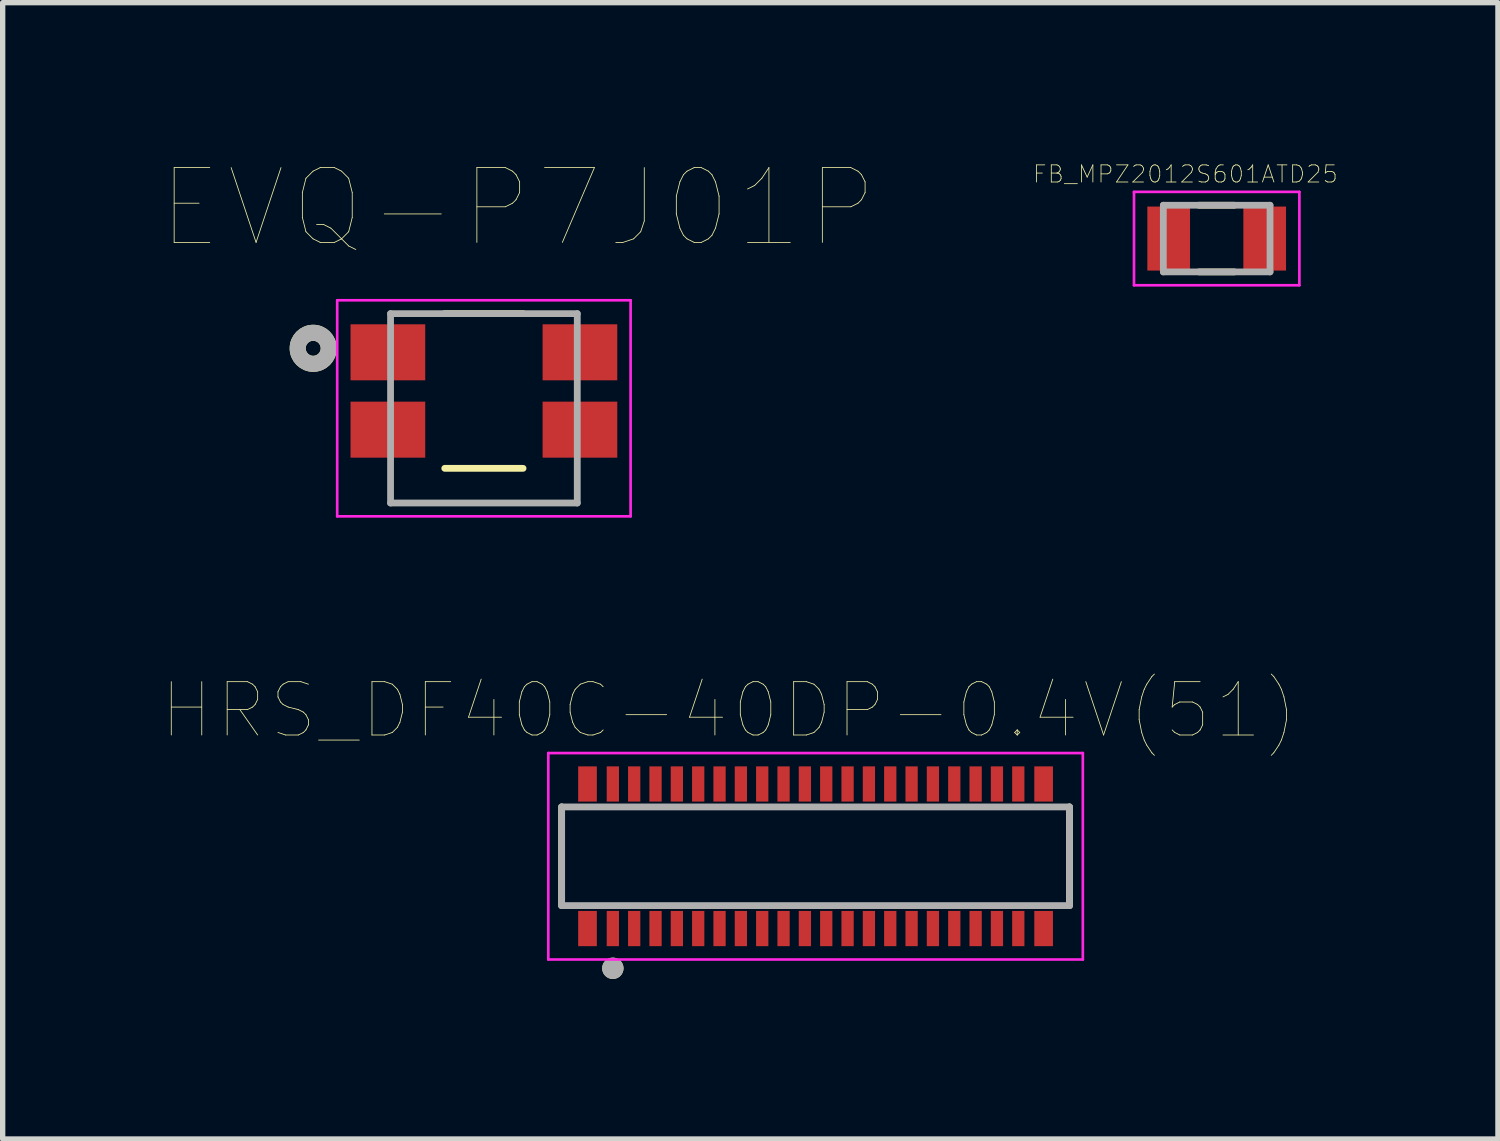
<source format=kicad_pcb>
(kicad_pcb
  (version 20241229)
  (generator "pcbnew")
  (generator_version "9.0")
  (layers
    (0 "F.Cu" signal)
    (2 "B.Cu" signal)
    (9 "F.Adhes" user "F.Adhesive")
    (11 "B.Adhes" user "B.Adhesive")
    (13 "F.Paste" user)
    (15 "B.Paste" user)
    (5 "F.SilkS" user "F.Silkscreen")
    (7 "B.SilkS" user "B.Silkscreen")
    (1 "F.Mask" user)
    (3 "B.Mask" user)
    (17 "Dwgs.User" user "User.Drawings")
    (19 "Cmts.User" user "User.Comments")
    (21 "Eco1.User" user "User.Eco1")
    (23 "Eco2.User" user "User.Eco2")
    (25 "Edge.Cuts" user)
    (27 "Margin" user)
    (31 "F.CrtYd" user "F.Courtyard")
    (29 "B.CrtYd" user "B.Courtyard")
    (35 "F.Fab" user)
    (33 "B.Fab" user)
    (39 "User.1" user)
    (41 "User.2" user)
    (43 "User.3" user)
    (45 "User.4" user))
  (footprint "HRS_DF40C-40DP-0.4V(51)"
    (layer "F.Cu")
    (at 12.238 13.001)
    (property "Reference" "HRS_DF40C-40DP-0.4V(51)" (at -1.625 -2.735 0) (layer "F.SilkS") (effects (font (size 1 1) (thickness 0.015))))
    (attr through_hole)
    (fp_line (start -4.76 0.925) (end -4.76 -0.925) (stroke (width 0.127) (type solid)) (layer "F.SilkS"))
    (fp_line (start 4.76 -0.925) (end 4.76 0.925) (stroke (width 0.127) (type solid)) (layer "F.SilkS"))
    (fp_circle (center -3.8 2.1) (end -3.7 2.1) (stroke (width 0.2) (type solid)) (fill no) (layer "F.SilkS"))
    (fp_line (start -5.01 -1.935) (end 5.01 -1.935) (stroke (width 0.05) (type solid)) (layer "F.CrtYd"))
    (fp_line (start -5.01 1.935) (end -5.01 -1.935) (stroke (width 0.05) (type solid)) (layer "F.CrtYd"))
    (fp_line (start 5.01 -1.935) (end 5.01 1.935) (stroke (width 0.05) (type solid)) (layer "F.CrtYd"))
    (fp_line (start 5.01 1.935) (end -5.01 1.935) (stroke (width 0.05) (type solid)) (layer "F.CrtYd"))
    (fp_line (start -4.76 -0.925) (end 4.76 -0.925) (stroke (width 0.127) (type solid)) (layer "F.Fab"))
    (fp_line (start -4.76 0.925) (end -4.76 -0.925) (stroke (width 0.127) (type solid)) (layer "F.Fab"))
    (fp_line (start 4.76 -0.925) (end 4.76 0.925) (stroke (width 0.127) (type solid)) (layer "F.Fab"))
    (fp_line (start 4.76 0.925) (end -4.76 0.925) (stroke (width 0.127) (type solid)) (layer "F.Fab"))
    (fp_circle (center -3.8 2.1) (end -3.7 2.1) (stroke (width 0.2) (type solid)) (fill no) (layer "F.Fab"))
    (pad "1" smd rect (at -3.8 1.355) (size 0.23 0.66) (layers "F.Cu" "F.Mask" "F.Paste"))
    (pad "2" smd rect (at -3.8 -1.355) (size 0.23 0.66) (layers "F.Cu" "F.Mask" "F.Paste"))
    (pad "3" smd rect (at -3.4 1.355) (size 0.23 0.66) (layers "F.Cu" "F.Mask" "F.Paste"))
    (pad "4" smd rect (at -3.4 -1.355) (size 0.23 0.66) (layers "F.Cu" "F.Mask" "F.Paste"))
    (pad "5" smd rect (at -3 1.355) (size 0.23 0.66) (layers "F.Cu" "F.Mask" "F.Paste"))
    (pad "6" smd rect (at -3 -1.355) (size 0.23 0.66) (layers "F.Cu" "F.Mask" "F.Paste"))
    (pad "7" smd rect (at -2.6 1.355) (size 0.23 0.66) (layers "F.Cu" "F.Mask" "F.Paste"))
    (pad "8" smd rect (at -2.6 -1.355) (size 0.23 0.66) (layers "F.Cu" "F.Mask" "F.Paste"))
    (pad "9" smd rect (at -2.2 1.355) (size 0.23 0.66) (layers "F.Cu" "F.Mask" "F.Paste"))
    (pad "10" smd rect (at -2.2 -1.355) (size 0.23 0.66) (layers "F.Cu" "F.Mask" "F.Paste"))
    (pad "11" smd rect (at -1.8 1.355) (size 0.23 0.66) (layers "F.Cu" "F.Mask" "F.Paste"))
    (pad "12" smd rect (at -1.8 -1.355) (size 0.23 0.66) (layers "F.Cu" "F.Mask" "F.Paste"))
    (pad "13" smd rect (at -1.4 1.355) (size 0.23 0.66) (layers "F.Cu" "F.Mask" "F.Paste"))
    (pad "14" smd rect (at -1.4 -1.355) (size 0.23 0.66) (layers "F.Cu" "F.Mask" "F.Paste"))
    (pad "15" smd rect (at -1 1.355) (size 0.23 0.66) (layers "F.Cu" "F.Mask" "F.Paste"))
    (pad "16" smd rect (at -1 -1.355) (size 0.23 0.66) (layers "F.Cu" "F.Mask" "F.Paste"))
    (pad "17" smd rect (at -0.6 1.355) (size 0.23 0.66) (layers "F.Cu" "F.Mask" "F.Paste"))
    (pad "18" smd rect (at -0.6 -1.355) (size 0.23 0.66) (layers "F.Cu" "F.Mask" "F.Paste"))
    (pad "19" smd rect (at -0.2 1.355) (size 0.23 0.66) (layers "F.Cu" "F.Mask" "F.Paste"))
    (pad "20" smd rect (at -0.2 -1.355) (size 0.23 0.66) (layers "F.Cu" "F.Mask" "F.Paste"))
    (pad "21" smd rect (at 0.2 1.355) (size 0.23 0.66) (layers "F.Cu" "F.Mask" "F.Paste"))
    (pad "22" smd rect (at 0.2 -1.355) (size 0.23 0.66) (layers "F.Cu" "F.Mask" "F.Paste"))
    (pad "23" smd rect (at 0.6 1.355) (size 0.23 0.66) (layers "F.Cu" "F.Mask" "F.Paste"))
    (pad "24" smd rect (at 0.6 -1.355) (size 0.23 0.66) (layers "F.Cu" "F.Mask" "F.Paste"))
    (pad "25" smd rect (at 1 1.355) (size 0.23 0.66) (layers "F.Cu" "F.Mask" "F.Paste"))
    (pad "26" smd rect (at 1 -1.355) (size 0.23 0.66) (layers "F.Cu" "F.Mask" "F.Paste"))
    (pad "27" smd rect (at 1.4 1.355) (size 0.23 0.66) (layers "F.Cu" "F.Mask" "F.Paste"))
    (pad "28" smd rect (at 1.4 -1.355) (size 0.23 0.66) (layers "F.Cu" "F.Mask" "F.Paste"))
    (pad "29" smd rect (at 1.8 1.355) (size 0.23 0.66) (layers "F.Cu" "F.Mask" "F.Paste"))
    (pad "30" smd rect (at 1.8 -1.355) (size 0.23 0.66) (layers "F.Cu" "F.Mask" "F.Paste"))
    (pad "31" smd rect (at 2.2 1.355) (size 0.23 0.66) (layers "F.Cu" "F.Mask" "F.Paste"))
    (pad "32" smd rect (at 2.2 -1.355) (size 0.23 0.66) (layers "F.Cu" "F.Mask" "F.Paste"))
    (pad "33" smd rect (at 2.6 1.355) (size 0.23 0.66) (layers "F.Cu" "F.Mask" "F.Paste"))
    (pad "34" smd rect (at 2.6 -1.355) (size 0.23 0.66) (layers "F.Cu" "F.Mask" "F.Paste"))
    (pad "35" smd rect (at 3 1.355) (size 0.23 0.66) (layers "F.Cu" "F.Mask" "F.Paste"))
    (pad "36" smd rect (at 3 -1.355) (size 0.23 0.66) (layers "F.Cu" "F.Mask" "F.Paste"))
    (pad "37" smd rect (at 3.4 1.355) (size 0.23 0.66) (layers "F.Cu" "F.Mask" "F.Paste"))
    (pad "38" smd rect (at 3.4 -1.355) (size 0.23 0.66) (layers "F.Cu" "F.Mask" "F.Paste"))
    (pad "39" smd rect (at 3.8 1.355) (size 0.23 0.66) (layers "F.Cu" "F.Mask" "F.Paste"))
    (pad "40" smd rect (at 3.8 -1.355) (size 0.23 0.66) (layers "F.Cu" "F.Mask" "F.Paste"))
    (pad "S1" smd rect (at -4.275 1.355) (size 0.35 0.66) (layers "F.Cu" "F.Mask" "F.Paste"))
    (pad "S2" smd rect (at -4.275 -1.355) (size 0.35 0.66) (layers "F.Cu" "F.Mask" "F.Paste"))
    (pad "S3" smd rect (at 4.275 1.355) (size 0.35 0.66) (layers "F.Cu" "F.Mask" "F.Paste"))
    (pad "S4" smd rect (at 4.275 -1.355) (size 0.35 0.66) (layers "F.Cu" "F.Mask" "F.Paste")))
  (footprint "EVQ-P7J01P"
    (layer "F.Cu")
    (at 6.021 4.279)
    (property "Reference" "EVQ-P7J01P" (at 0.636 -3.433 0) (layer "F.SilkS") (effects (font (size 1.402 1.402) (thickness 0.015))))
    (attr through_hole)
    (fp_line (start -0.734 -1.45) (end 0.734 -1.45) (stroke (width 0.127) (type solid)) (layer "F.SilkS"))
    (fp_line (start 0.734 1.45) (end -0.734 1.45) (stroke (width 0.127) (type solid)) (layer "F.SilkS"))
    (fp_circle (center -3.2 -0.8) (end -3.059 -0.8) (stroke (width 0.3) (type solid)) (fill no) (layer "F.SilkS"))
    (fp_line (start -2.75 -1.7) (end 2.75 -1.7) (stroke (width 0.05) (type solid)) (layer "F.CrtYd"))
    (fp_line (start -2.75 2.35) (end -2.75 -1.7) (stroke (width 0.05) (type solid)) (layer "F.CrtYd"))
    (fp_line (start 2.75 -1.7) (end 2.75 2.35) (stroke (width 0.05) (type solid)) (layer "F.CrtYd"))
    (fp_line (start 2.75 2.35) (end -2.75 2.35) (stroke (width 0.05) (type solid)) (layer "F.CrtYd"))
    (fp_line (start -1.75 -1.45) (end 1.75 -1.45) (stroke (width 0.127) (type solid)) (layer "F.Fab"))
    (fp_line (start -1.75 2.1) (end -1.75 -1.45) (stroke (width 0.127) (type solid)) (layer "F.Fab"))
    (fp_line (start 1.75 -1.45) (end 1.75 2.1) (stroke (width 0.127) (type solid)) (layer "F.Fab"))
    (fp_line (start 1.75 2.1) (end -1.75 2.1) (stroke (width 0.127) (type solid)) (layer "F.Fab"))
    (fp_circle (center -3.2 -0.8) (end -3.059 -0.8) (stroke (width 0.3) (type solid)) (fill no) (layer "F.Fab"))
    (pad "1_1" smd rect (at -1.8 -0.725) (size 1.4 1.05) (layers "F.Cu" "F.Mask" "F.Paste"))
    (pad "1_2" smd rect (at 1.8 -0.725) (size 1.4 1.05) (layers "F.Cu" "F.Mask" "F.Paste"))
    (pad "2_1" smd rect (at -1.8 0.725) (size 1.4 1.05) (layers "F.Cu" "F.Mask" "F.Paste"))
    (pad "2_2" smd rect (at 1.8 0.725) (size 1.4 1.05) (layers "F.Cu" "F.Mask" "F.Paste")))
  (footprint "FB_MPZ2012S601ATD25"
    (layer "F.Cu")
    (at 19.757 1.422)
    (property "Reference" "FB_MPZ2012S601ATD25" (at -0.586 -1.208 0) (layer "F.SilkS") (effects (font (size 0.321 0.321) (thickness 0.015))))
    (attr through_hole)
    (fp_line (start -0.33 -0.625) (end 0.33 -0.625) (stroke (width 0.127) (type solid)) (layer "F.SilkS"))
    (fp_line (start -0.33 0.625) (end 0.33 0.625) (stroke (width 0.127) (type solid)) (layer "F.SilkS"))
    (fp_line (start -1.55 -0.875) (end 1.55 -0.875) (stroke (width 0.05) (type solid)) (layer "F.CrtYd"))
    (fp_line (start -1.55 0.875) (end -1.55 -0.875) (stroke (width 0.05) (type solid)) (layer "F.CrtYd"))
    (fp_line (start 1.55 -0.875) (end 1.55 0.875) (stroke (width 0.05) (type solid)) (layer "F.CrtYd"))
    (fp_line (start 1.55 0.875) (end -1.55 0.875) (stroke (width 0.05) (type solid)) (layer "F.CrtYd"))
    (fp_line (start -1 -0.625) (end 1 -0.625) (stroke (width 0.127) (type solid)) (layer "F.Fab"))
    (fp_line (start -1 0.625) (end -1 -0.625) (stroke (width 0.127) (type solid)) (layer "F.Fab"))
    (fp_line (start 1 -0.625) (end 1 0.625) (stroke (width 0.127) (type solid)) (layer "F.Fab"))
    (fp_line (start 1 0.625) (end -1 0.625) (stroke (width 0.127) (type solid)) (layer "F.Fab"))
    (pad "1" smd rect (at -0.9 0) (size 0.8 1.2) (layers "F.Cu" "F.Mask" "F.Paste"))
    (pad "2" smd rect (at 0.9 0) (size 0.8 1.2) (layers "F.Cu" "F.Mask" "F.Paste")))
  (gr_rect
    (start -3 -3)
    (end 25.029 18.301)
    (stroke (width 0.1) (type default))
    (fill no)
    (layer "Edge.Cuts")))
</source>
